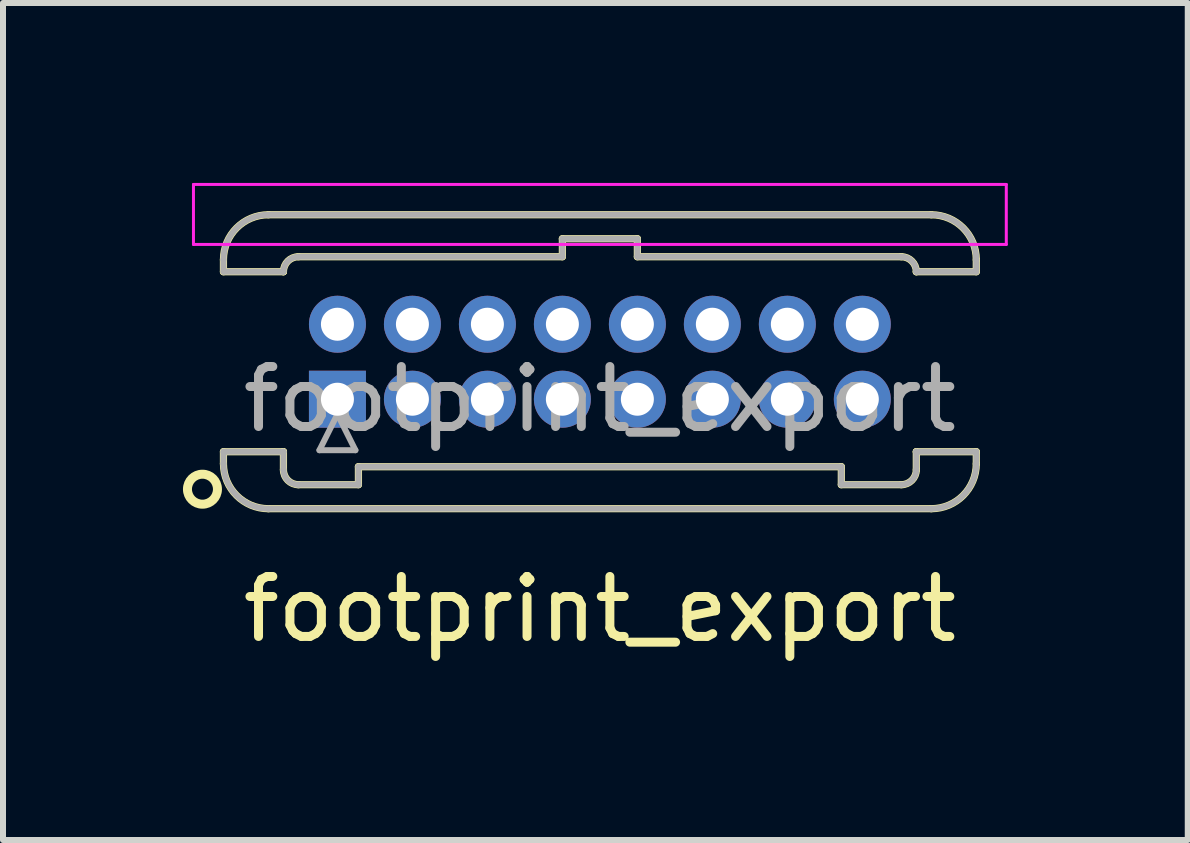
<source format=kicad_pcb>
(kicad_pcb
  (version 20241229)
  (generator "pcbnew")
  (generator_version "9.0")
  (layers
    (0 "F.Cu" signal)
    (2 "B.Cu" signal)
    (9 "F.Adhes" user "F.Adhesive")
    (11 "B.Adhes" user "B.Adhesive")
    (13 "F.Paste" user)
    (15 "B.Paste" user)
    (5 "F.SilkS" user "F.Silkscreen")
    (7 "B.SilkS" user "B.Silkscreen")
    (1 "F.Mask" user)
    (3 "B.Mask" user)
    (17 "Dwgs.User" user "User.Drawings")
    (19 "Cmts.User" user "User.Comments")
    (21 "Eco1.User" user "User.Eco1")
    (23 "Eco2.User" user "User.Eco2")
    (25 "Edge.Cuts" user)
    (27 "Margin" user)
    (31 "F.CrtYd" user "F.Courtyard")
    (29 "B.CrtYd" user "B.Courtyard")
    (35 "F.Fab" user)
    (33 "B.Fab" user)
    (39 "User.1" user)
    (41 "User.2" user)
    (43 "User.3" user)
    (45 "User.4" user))
  (footprint "footprint_export"
    (layer "F.Cu")
    (at 2.575 3.605)
    (property "Reference" "footprint_export" (at 4.375 3.5 0) (layer "F.SilkS") (effects (font (size 1 1) (thickness 0.15))))
    (attr through_hole)
    (fp_line (start -1.9 -2.325) (end -1.9 -2.125) (stroke (width 0.12) (type solid)) (layer "F.SilkS"))
    (fp_line (start -1.9 -2.125) (end -0.9 -2.125) (stroke (width 0.12) (type solid)) (layer "F.SilkS"))
    (fp_line (start -1.9 0.875) (end -0.9 0.875) (stroke (width 0.12) (type solid)) (layer "F.SilkS"))
    (fp_line (start -1.9 1.075) (end -1.9 0.875) (stroke (width 0.12) (type solid)) (layer "F.SilkS"))
    (fp_line (start -1.15 -3.075) (end 9.9 -3.075) (stroke (width 0.12) (type solid)) (layer "F.SilkS"))
    (fp_line (start -1.15 1.825) (end 9.9 1.825) (stroke (width 0.12) (type solid)) (layer "F.SilkS"))
    (fp_line (start -0.9 -2.125) (end -0.9 -2.125) (stroke (width 0.12) (type solid)) (layer "F.SilkS"))
    (fp_line (start -0.9 0.875) (end -0.9 0.875) (stroke (width 0.12) (type solid)) (layer "F.SilkS"))
    (fp_line (start -0.9 1.175) (end -0.9 0.875) (stroke (width 0.12) (type solid)) (layer "F.SilkS"))
    (fp_line (start -0.65 -2.375) (end 3.75 -2.375) (stroke (width 0.12) (type solid)) (layer "F.SilkS"))
    (fp_line (start -0.65 1.425) (end 0.35 1.425) (stroke (width 0.12) (type solid)) (layer "F.SilkS"))
    (fp_line (start 0.35 1.125) (end 8.4 1.125) (stroke (width 0.12) (type solid)) (layer "F.SilkS"))
    (fp_line (start 0.35 1.425) (end 0.35 1.125) (stroke (width 0.12) (type solid)) (layer "F.SilkS"))
    (fp_line (start 3.75 -2.675) (end 5 -2.675) (stroke (width 0.12) (type solid)) (layer "F.SilkS"))
    (fp_line (start 3.75 -2.375) (end 3.75 -2.675) (stroke (width 0.12) (type solid)) (layer "F.SilkS"))
    (fp_line (start 5 -2.675) (end 5 -2.375) (stroke (width 0.12) (type solid)) (layer "F.SilkS"))
    (fp_line (start 5 -2.375) (end 9.4 -2.375) (stroke (width 0.12) (type solid)) (layer "F.SilkS"))
    (fp_line (start 8.4 1.125) (end 8.4 1.425) (stroke (width 0.12) (type solid)) (layer "F.SilkS"))
    (fp_line (start 8.4 1.425) (end 9.4 1.425) (stroke (width 0.12) (type solid)) (layer "F.SilkS"))
    (fp_line (start 9.65 -2.125) (end 9.65 -2.125) (stroke (width 0.12) (type solid)) (layer "F.SilkS"))
    (fp_line (start 9.65 0.875) (end 9.65 0.875) (stroke (width 0.12) (type solid)) (layer "F.SilkS"))
    (fp_line (start 9.65 1.175) (end 9.65 0.875) (stroke (width 0.12) (type solid)) (layer "F.SilkS"))
    (fp_line (start 10.65 -2.325) (end 10.65 -2.125) (stroke (width 0.12) (type solid)) (layer "F.SilkS"))
    (fp_line (start 10.65 -2.125) (end 9.65 -2.125) (stroke (width 0.12) (type solid)) (layer "F.SilkS"))
    (fp_line (start 10.65 0.875) (end 9.65 0.875) (stroke (width 0.12) (type solid)) (layer "F.SilkS"))
    (fp_line (start 10.65 1.075) (end 10.65 0.875) (stroke (width 0.12) (type solid)) (layer "F.SilkS"))
    (fp_arc (start -1.9 -2.325) (mid -1.68033 -2.85533) (end -1.15 -3.075) (stroke (width 0.12) (type solid)) (layer "F.SilkS"))
    (fp_arc (start -1.15 1.825) (mid -1.68033 1.60533) (end -1.9 1.075) (stroke (width 0.12) (type solid)) (layer "F.SilkS"))
    (fp_arc (start -0.9 -2.125) (mid -0.826777 -2.301777) (end -0.65 -2.375) (stroke (width 0.12) (type solid)) (layer "F.SilkS"))
    (fp_arc (start -0.65 1.425) (mid -0.826777 1.351777) (end -0.9 1.175) (stroke (width 0.12) (type solid)) (layer "F.SilkS"))
    (fp_arc (start 9.4 -2.375) (mid 9.576777 -2.301777) (end 9.65 -2.125) (stroke (width 0.12) (type solid)) (layer "F.SilkS"))
    (fp_arc (start 9.65 1.175) (mid 9.576777 1.351777) (end 9.4 1.425) (stroke (width 0.12) (type solid)) (layer "F.SilkS"))
    (fp_arc (start 9.9 -3.075) (mid 10.43033 -2.85533) (end 10.65 -2.325) (stroke (width 0.12) (type solid)) (layer "F.SilkS"))
    (fp_arc (start 10.65 1.075) (mid 10.43033 1.60533) (end 9.9 1.825) (stroke (width 0.12) (type solid)) (layer "F.SilkS"))
    (fp_circle (center -2.25 1.5) (end -2 1.5) (stroke (width 0.15) (type solid)) (fill no) (layer "F.SilkS"))
    (fp_line (start -2.4 -3.58) (end -2.4 -2.58) (stroke (width 0.05) (type solid)) (layer "F.CrtYd"))
    (fp_line (start -2.4 -2.58) (end 11.15 -2.58) (stroke (width 0.05) (type solid)) (layer "F.CrtYd"))
    (fp_line (start 11.15 -3.58) (end -2.4 -3.58) (stroke (width 0.05) (type solid)) (layer "F.CrtYd"))
    (fp_line (start 11.15 -2.58) (end 11.15 -3.58) (stroke (width 0.05) (type solid)) (layer "F.CrtYd"))
    (fp_line (start -1.9 -2.325) (end -1.9 -2.125) (stroke (width 0.1) (type solid)) (layer "F.Fab"))
    (fp_line (start -1.9 -2.125) (end -0.9 -2.125) (stroke (width 0.1) (type solid)) (layer "F.Fab"))
    (fp_line (start -1.9 0.875) (end -0.9 0.875) (stroke (width 0.1) (type solid)) (layer "F.Fab"))
    (fp_line (start -1.9 1.075) (end -1.9 0.875) (stroke (width 0.1) (type solid)) (layer "F.Fab"))
    (fp_line (start -1.15 -3.075) (end 9.9 -3.075) (stroke (width 0.1) (type solid)) (layer "F.Fab"))
    (fp_line (start -1.15 1.825) (end 9.9 1.825) (stroke (width 0.1) (type solid)) (layer "F.Fab"))
    (fp_line (start -0.9 -2.125) (end -0.9 -2.125) (stroke (width 0.1) (type solid)) (layer "F.Fab"))
    (fp_line (start -0.9 0.875) (end -0.9 0.875) (stroke (width 0.1) (type solid)) (layer "F.Fab"))
    (fp_line (start -0.9 1.175) (end -0.9 0.875) (stroke (width 0.1) (type solid)) (layer "F.Fab"))
    (fp_line (start -0.65 -2.375) (end 3.75 -2.375) (stroke (width 0.1) (type solid)) (layer "F.Fab"))
    (fp_line (start -0.65 1.425) (end 0.35 1.425) (stroke (width 0.1) (type solid)) (layer "F.Fab"))
    (fp_line (start -0.3 0.85) (end 0.3 0.85) (stroke (width 0.1) (type solid)) (layer "F.Fab"))
    (fp_line (start 0 0.25) (end -0.3 0.85) (stroke (width 0.1) (type solid)) (layer "F.Fab"))
    (fp_line (start 0.3 0.85) (end 0 0.25) (stroke (width 0.1) (type solid)) (layer "F.Fab"))
    (fp_line (start 0.35 1.125) (end 8.4 1.125) (stroke (width 0.1) (type solid)) (layer "F.Fab"))
    (fp_line (start 0.35 1.425) (end 0.35 1.125) (stroke (width 0.1) (type solid)) (layer "F.Fab"))
    (fp_line (start 3.75 -2.675) (end 5 -2.675) (stroke (width 0.1) (type solid)) (layer "F.Fab"))
    (fp_line (start 3.75 -2.375) (end 3.75 -2.675) (stroke (width 0.1) (type solid)) (layer "F.Fab"))
    (fp_line (start 5 -2.675) (end 5 -2.375) (stroke (width 0.1) (type solid)) (layer "F.Fab"))
    (fp_line (start 5 -2.375) (end 9.4 -2.375) (stroke (width 0.1) (type solid)) (layer "F.Fab"))
    (fp_line (start 8.4 1.125) (end 8.4 1.425) (stroke (width 0.1) (type solid)) (layer "F.Fab"))
    (fp_line (start 8.4 1.425) (end 9.4 1.425) (stroke (width 0.1) (type solid)) (layer "F.Fab"))
    (fp_line (start 9.65 -2.125) (end 9.65 -2.125) (stroke (width 0.1) (type solid)) (layer "F.Fab"))
    (fp_line (start 9.65 0.875) (end 9.65 0.875) (stroke (width 0.1) (type solid)) (layer "F.Fab"))
    (fp_line (start 9.65 1.175) (end 9.65 0.875) (stroke (width 0.1) (type solid)) (layer "F.Fab"))
    (fp_line (start 10.65 -2.325) (end 10.65 -2.125) (stroke (width 0.1) (type solid)) (layer "F.Fab"))
    (fp_line (start 10.65 -2.125) (end 9.65 -2.125) (stroke (width 0.1) (type solid)) (layer "F.Fab"))
    (fp_line (start 10.65 0.875) (end 9.65 0.875) (stroke (width 0.1) (type solid)) (layer "F.Fab"))
    (fp_line (start 10.65 1.075) (end 10.65 0.875) (stroke (width 0.1) (type solid)) (layer "F.Fab"))
    (fp_arc (start -1.9 -2.325) (mid -1.68033 -2.85533) (end -1.15 -3.075) (stroke (width 0.1) (type solid)) (layer "F.Fab"))
    (fp_arc (start -1.15 1.825) (mid -1.68033 1.60533) (end -1.9 1.075) (stroke (width 0.1) (type solid)) (layer "F.Fab"))
    (fp_arc (start -0.9 -2.125) (mid -0.826777 -2.301777) (end -0.65 -2.375) (stroke (width 0.1) (type solid)) (layer "F.Fab"))
    (fp_arc (start -0.65 1.425) (mid -0.826777 1.351777) (end -0.9 1.175) (stroke (width 0.1) (type solid)) (layer "F.Fab"))
    (fp_arc (start 9.4 -2.375) (mid 9.576777 -2.301777) (end 9.65 -2.125) (stroke (width 0.1) (type solid)) (layer "F.Fab"))
    (fp_arc (start 9.65 1.175) (mid 9.576777 1.351777) (end 9.4 1.425) (stroke (width 0.1) (type solid)) (layer "F.Fab"))
    (fp_arc (start 9.9 -3.075) (mid 10.43033 -2.85533) (end 10.65 -2.325) (stroke (width 0.1) (type solid)) (layer "F.Fab"))
    (fp_arc (start 10.65 1.075) (mid 10.43033 1.60533) (end 9.9 1.825) (stroke (width 0.1) (type solid)) (layer "F.Fab"))
    (fp_text user "${REFERENCE}" (at 4.375 0 0) (layer "F.Fab") (effects (font (size 1 1) (thickness 0.15))))
    (pad "1" thru_hole rect (at 0 0) (size 0.95 0.95) (drill 0.55) (layers "*.Cu" "*.Mask"))
    (pad "2" thru_hole circle (at 0 -1.25) (size 0.95 0.95) (drill 0.55) (layers "*.Cu" "*.Mask"))
    (pad "3" thru_hole circle (at 1.25 0) (size 0.95 0.95) (drill 0.55) (layers "*.Cu" "*.Mask"))
    (pad "4" thru_hole circle (at 1.25 -1.25) (size 0.95 0.95) (drill 0.55) (layers "*.Cu" "*.Mask"))
    (pad "5" thru_hole circle (at 2.5 0) (size 0.95 0.95) (drill 0.55) (layers "*.Cu" "*.Mask"))
    (pad "6" thru_hole circle (at 2.5 -1.25) (size 0.95 0.95) (drill 0.55) (layers "*.Cu" "*.Mask"))
    (pad "7" thru_hole circle (at 3.75 0) (size 0.95 0.95) (drill 0.55) (layers "*.Cu" "*.Mask"))
    (pad "8" thru_hole circle (at 3.75 -1.25) (size 0.95 0.95) (drill 0.55) (layers "*.Cu" "*.Mask"))
    (pad "9" thru_hole circle (at 5 0) (size 0.95 0.95) (drill 0.55) (layers "*.Cu" "*.Mask"))
    (pad "10" thru_hole circle (at 5 -1.25) (size 0.95 0.95) (drill 0.55) (layers "*.Cu" "*.Mask"))
    (pad "11" thru_hole circle (at 6.25 0) (size 0.95 0.95) (drill 0.55) (layers "*.Cu" "*.Mask"))
    (pad "12" thru_hole circle (at 6.25 -1.25) (size 0.95 0.95) (drill 0.55) (layers "*.Cu" "*.Mask"))
    (pad "13" thru_hole circle (at 7.5 0) (size 0.95 0.95) (drill 0.55) (layers "*.Cu" "*.Mask"))
    (pad "14" thru_hole circle (at 7.5 -1.25) (size 0.95 0.95) (drill 0.55) (layers "*.Cu" "*.Mask"))
    (pad "15" thru_hole circle (at 8.75 0) (size 0.95 0.95) (drill 0.55) (layers "*.Cu" "*.Mask"))
    (pad "16" thru_hole circle (at 8.75 -1.25) (size 0.95 0.95) (drill 0.55) (layers "*.Cu" "*.Mask")))
  (gr_rect
    (start -3 -3)
    (end 16.75 10.953)
    (stroke (width 0.1) (type default))
    (fill no)
    (layer "Edge.Cuts")))
</source>
